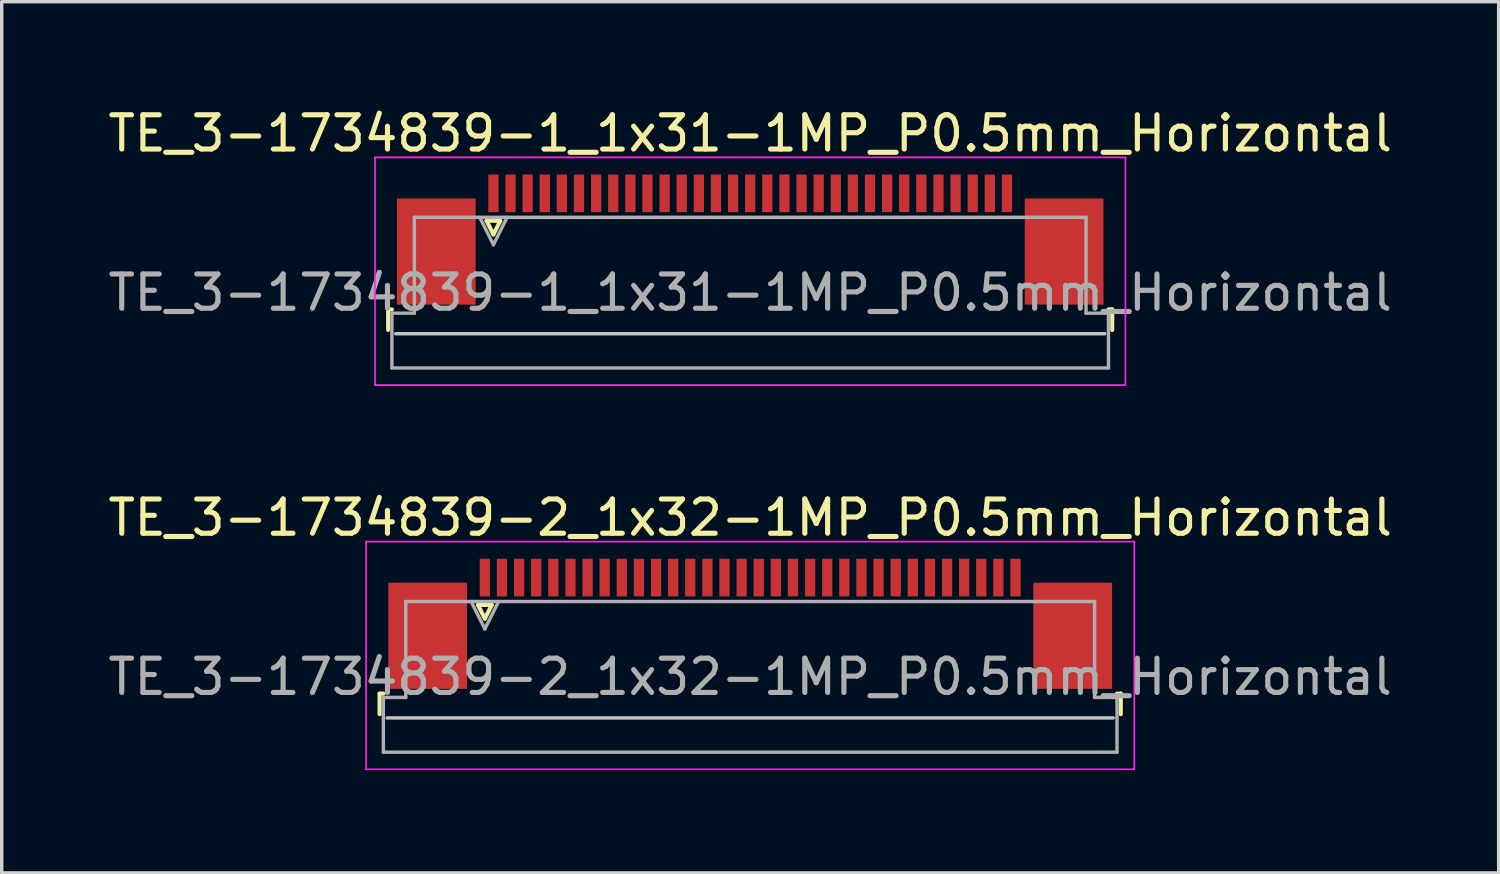
<source format=kicad_pcb>
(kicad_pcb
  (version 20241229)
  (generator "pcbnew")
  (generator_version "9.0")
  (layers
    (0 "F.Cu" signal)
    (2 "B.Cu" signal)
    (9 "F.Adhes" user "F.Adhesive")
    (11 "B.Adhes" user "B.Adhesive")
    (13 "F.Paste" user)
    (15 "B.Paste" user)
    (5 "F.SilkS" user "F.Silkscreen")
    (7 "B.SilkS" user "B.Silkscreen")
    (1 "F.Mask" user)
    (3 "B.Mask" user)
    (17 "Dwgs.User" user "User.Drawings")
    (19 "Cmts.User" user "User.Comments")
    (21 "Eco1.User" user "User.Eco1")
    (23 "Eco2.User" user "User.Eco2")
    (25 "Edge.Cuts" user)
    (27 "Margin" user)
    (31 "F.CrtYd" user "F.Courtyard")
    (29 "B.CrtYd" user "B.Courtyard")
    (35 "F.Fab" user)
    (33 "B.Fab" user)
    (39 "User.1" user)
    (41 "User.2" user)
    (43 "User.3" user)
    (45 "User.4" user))
  (footprint "TE_3-1734839-2_1x32-1MP_P0.5mm_Horizontal"
    (layer "F.Cu")
    (at 18.863 15.171)
    (property "Reference" "TE_3-1734839-2_1x32-1MP_P0.5mm_Horizontal" (at 0 -3.1 0) (layer "F.SilkS") (effects (font (size 1 1) (thickness 0.15))))
    (attr smd)
    (fp_line (start -10.825 2.04) (end -10.825 2.64) (stroke (width 0.12) (type solid)) (layer "F.SilkS"))
    (fp_line (start -10.715 2.04) (end -10.825 2.04) (stroke (width 0.12) (type solid)) (layer "F.SilkS"))
    (fp_line (start -7.95 -0.55) (end -7.75 -0.15) (stroke (width 0.12) (type solid)) (layer "F.SilkS"))
    (fp_line (start -7.75 -0.15) (end -7.55 -0.55) (stroke (width 0.12) (type solid)) (layer "F.SilkS"))
    (fp_line (start -7.55 -0.55) (end -7.95 -0.55) (stroke (width 0.12) (type solid)) (layer "F.SilkS"))
    (fp_line (start 10.715 2.04) (end 10.825 2.04) (stroke (width 0.12) (type solid)) (layer "F.SilkS"))
    (fp_line (start 10.825 2.04) (end 10.825 2.64) (stroke (width 0.12) (type solid)) (layer "F.SilkS"))
    (fp_line (start 10.605 2.75) (end -10.605 2.75) (stroke (width 0.1) (type solid)) (layer "Dwgs.User"))
    (fp_line (start -11.22 -2.4) (end -11.22 4.25) (stroke (width 0.05) (type solid)) (layer "F.CrtYd"))
    (fp_line (start -11.22 4.25) (end 11.22 4.25) (stroke (width 0.05) (type solid)) (layer "F.CrtYd"))
    (fp_line (start 11.22 -2.4) (end -11.22 -2.4) (stroke (width 0.05) (type solid)) (layer "F.CrtYd"))
    (fp_line (start 11.22 4.25) (end 11.22 -2.4) (stroke (width 0.05) (type solid)) (layer "F.CrtYd"))
    (fp_line (start -10.715 2.15) (end -10.06 2.15) (stroke (width 0.1) (type solid)) (layer "F.Fab"))
    (fp_line (start -10.715 3.75) (end -10.715 2.15) (stroke (width 0.1) (type solid)) (layer "F.Fab"))
    (fp_line (start -10.06 -0.65) (end 10.06 -0.65) (stroke (width 0.1) (type solid)) (layer "F.Fab"))
    (fp_line (start -10.06 2.15) (end -10.06 -0.65) (stroke (width 0.1) (type solid)) (layer "F.Fab"))
    (fp_line (start -8.15 -0.65) (end -7.75 0.15) (stroke (width 0.1) (type solid)) (layer "F.Fab"))
    (fp_line (start -7.75 0.15) (end -7.35 -0.65) (stroke (width 0.1) (type solid)) (layer "F.Fab"))
    (fp_line (start 10.06 -0.65) (end 10.06 2.15) (stroke (width 0.1) (type solid)) (layer "F.Fab"))
    (fp_line (start 10.06 2.15) (end 10.715 2.15) (stroke (width 0.1) (type solid)) (layer "F.Fab"))
    (fp_line (start 10.715 2.15) (end 10.715 3.75) (stroke (width 0.1) (type solid)) (layer "F.Fab"))
    (fp_line (start 10.715 3.75) (end -10.715 3.75) (stroke (width 0.1) (type solid)) (layer "F.Fab"))
    (fp_text user "${REFERENCE}" (at 0 1.55 0) (layer "F.Fab") (effects (font (size 1 1) (thickness 0.15))))
    (pad "1" smd rect (at -7.75 -1.35) (size 0.3 1.1) (layers "F.Cu" "F.Mask" "F.Paste"))
    (pad "2" smd rect (at -7.25 -1.35) (size 0.3 1.1) (layers "F.Cu" "F.Mask" "F.Paste"))
    (pad "3" smd rect (at -6.75 -1.35) (size 0.3 1.1) (layers "F.Cu" "F.Mask" "F.Paste"))
    (pad "4" smd rect (at -6.25 -1.35) (size 0.3 1.1) (layers "F.Cu" "F.Mask" "F.Paste"))
    (pad "5" smd rect (at -5.75 -1.35) (size 0.3 1.1) (layers "F.Cu" "F.Mask" "F.Paste"))
    (pad "6" smd rect (at -5.25 -1.35) (size 0.3 1.1) (layers "F.Cu" "F.Mask" "F.Paste"))
    (pad "7" smd rect (at -4.75 -1.35) (size 0.3 1.1) (layers "F.Cu" "F.Mask" "F.Paste"))
    (pad "8" smd rect (at -4.25 -1.35) (size 0.3 1.1) (layers "F.Cu" "F.Mask" "F.Paste"))
    (pad "9" smd rect (at -3.75 -1.35) (size 0.3 1.1) (layers "F.Cu" "F.Mask" "F.Paste"))
    (pad "10" smd rect (at -3.25 -1.35) (size 0.3 1.1) (layers "F.Cu" "F.Mask" "F.Paste"))
    (pad "11" smd rect (at -2.75 -1.35) (size 0.3 1.1) (layers "F.Cu" "F.Mask" "F.Paste"))
    (pad "12" smd rect (at -2.25 -1.35) (size 0.3 1.1) (layers "F.Cu" "F.Mask" "F.Paste"))
    (pad "13" smd rect (at -1.75 -1.35) (size 0.3 1.1) (layers "F.Cu" "F.Mask" "F.Paste"))
    (pad "14" smd rect (at -1.25 -1.35) (size 0.3 1.1) (layers "F.Cu" "F.Mask" "F.Paste"))
    (pad "15" smd rect (at -0.75 -1.35) (size 0.3 1.1) (layers "F.Cu" "F.Mask" "F.Paste"))
    (pad "16" smd rect (at -0.25 -1.35) (size 0.3 1.1) (layers "F.Cu" "F.Mask" "F.Paste"))
    (pad "17" smd rect (at 0.25 -1.35) (size 0.3 1.1) (layers "F.Cu" "F.Mask" "F.Paste"))
    (pad "18" smd rect (at 0.75 -1.35) (size 0.3 1.1) (layers "F.Cu" "F.Mask" "F.Paste"))
    (pad "19" smd rect (at 1.25 -1.35) (size 0.3 1.1) (layers "F.Cu" "F.Mask" "F.Paste"))
    (pad "20" smd rect (at 1.75 -1.35) (size 0.3 1.1) (layers "F.Cu" "F.Mask" "F.Paste"))
    (pad "21" smd rect (at 2.25 -1.35) (size 0.3 1.1) (layers "F.Cu" "F.Mask" "F.Paste"))
    (pad "22" smd rect (at 2.75 -1.35) (size 0.3 1.1) (layers "F.Cu" "F.Mask" "F.Paste"))
    (pad "23" smd rect (at 3.25 -1.35) (size 0.3 1.1) (layers "F.Cu" "F.Mask" "F.Paste"))
    (pad "24" smd rect (at 3.75 -1.35) (size 0.3 1.1) (layers "F.Cu" "F.Mask" "F.Paste"))
    (pad "25" smd rect (at 4.25 -1.35) (size 0.3 1.1) (layers "F.Cu" "F.Mask" "F.Paste"))
    (pad "26" smd rect (at 4.75 -1.35) (size 0.3 1.1) (layers "F.Cu" "F.Mask" "F.Paste"))
    (pad "27" smd rect (at 5.25 -1.35) (size 0.3 1.1) (layers "F.Cu" "F.Mask" "F.Paste"))
    (pad "28" smd rect (at 5.75 -1.35) (size 0.3 1.1) (layers "F.Cu" "F.Mask" "F.Paste"))
    (pad "29" smd rect (at 6.25 -1.35) (size 0.3 1.1) (layers "F.Cu" "F.Mask" "F.Paste"))
    (pad "30" smd rect (at 6.75 -1.35) (size 0.3 1.1) (layers "F.Cu" "F.Mask" "F.Paste"))
    (pad "31" smd rect (at 7.25 -1.35) (size 0.3 1.1) (layers "F.Cu" "F.Mask" "F.Paste"))
    (pad "32" smd rect (at 7.75 -1.35) (size 0.3 1.1) (layers "F.Cu" "F.Mask" "F.Paste"))
    (pad "MP" smd rect (at -9.42 0.35) (size 2.3 3.1) (layers "F.Cu" "F.Mask" "F.Paste"))
    (pad "MP" smd rect (at 9.42 0.35) (size 2.3 3.1) (layers "F.Cu" "F.Mask" "F.Paste")))
  (footprint "TE_3-1734839-1_1x31-1MP_P0.5mm_Horizontal"
    (layer "F.Cu")
    (at 18.863 3.948)
    (property "Reference" "TE_3-1734839-1_1x31-1MP_P0.5mm_Horizontal" (at 0 -3.1 0) (layer "F.SilkS") (effects (font (size 1 1) (thickness 0.15))))
    (attr smd)
    (fp_line (start -10.575 2.04) (end -10.575 2.64) (stroke (width 0.12) (type solid)) (layer "F.SilkS"))
    (fp_line (start -10.465 2.04) (end -10.575 2.04) (stroke (width 0.12) (type solid)) (layer "F.SilkS"))
    (fp_line (start -7.7 -0.55) (end -7.5 -0.15) (stroke (width 0.12) (type solid)) (layer "F.SilkS"))
    (fp_line (start -7.5 -0.15) (end -7.3 -0.55) (stroke (width 0.12) (type solid)) (layer "F.SilkS"))
    (fp_line (start -7.3 -0.55) (end -7.7 -0.55) (stroke (width 0.12) (type solid)) (layer "F.SilkS"))
    (fp_line (start 10.465 2.04) (end 10.575 2.04) (stroke (width 0.12) (type solid)) (layer "F.SilkS"))
    (fp_line (start 10.575 2.04) (end 10.575 2.64) (stroke (width 0.12) (type solid)) (layer "F.SilkS"))
    (fp_line (start 10.355 2.75) (end -10.355 2.75) (stroke (width 0.1) (type solid)) (layer "Dwgs.User"))
    (fp_line (start -10.96 -2.4) (end -10.96 4.25) (stroke (width 0.05) (type solid)) (layer "F.CrtYd"))
    (fp_line (start -10.96 4.25) (end 10.96 4.25) (stroke (width 0.05) (type solid)) (layer "F.CrtYd"))
    (fp_line (start 10.96 -2.4) (end -10.96 -2.4) (stroke (width 0.05) (type solid)) (layer "F.CrtYd"))
    (fp_line (start 10.96 4.25) (end 10.96 -2.4) (stroke (width 0.05) (type solid)) (layer "F.CrtYd"))
    (fp_line (start -10.465 2.15) (end -9.81 2.15) (stroke (width 0.1) (type solid)) (layer "F.Fab"))
    (fp_line (start -10.465 3.75) (end -10.465 2.15) (stroke (width 0.1) (type solid)) (layer "F.Fab"))
    (fp_line (start -9.81 -0.65) (end 9.81 -0.65) (stroke (width 0.1) (type solid)) (layer "F.Fab"))
    (fp_line (start -9.81 2.15) (end -9.81 -0.65) (stroke (width 0.1) (type solid)) (layer "F.Fab"))
    (fp_line (start -7.9 -0.65) (end -7.5 0.15) (stroke (width 0.1) (type solid)) (layer "F.Fab"))
    (fp_line (start -7.5 0.15) (end -7.1 -0.65) (stroke (width 0.1) (type solid)) (layer "F.Fab"))
    (fp_line (start 9.81 -0.65) (end 9.81 2.15) (stroke (width 0.1) (type solid)) (layer "F.Fab"))
    (fp_line (start 9.81 2.15) (end 10.465 2.15) (stroke (width 0.1) (type solid)) (layer "F.Fab"))
    (fp_line (start 10.465 2.15) (end 10.465 3.75) (stroke (width 0.1) (type solid)) (layer "F.Fab"))
    (fp_line (start 10.465 3.75) (end -10.465 3.75) (stroke (width 0.1) (type solid)) (layer "F.Fab"))
    (fp_text user "${REFERENCE}" (at 0 1.55 0) (layer "F.Fab") (effects (font (size 1 1) (thickness 0.15))))
    (pad "1" smd rect (at -7.5 -1.35) (size 0.3 1.1) (layers "F.Cu" "F.Mask" "F.Paste"))
    (pad "2" smd rect (at -7 -1.35) (size 0.3 1.1) (layers "F.Cu" "F.Mask" "F.Paste"))
    (pad "3" smd rect (at -6.5 -1.35) (size 0.3 1.1) (layers "F.Cu" "F.Mask" "F.Paste"))
    (pad "4" smd rect (at -6 -1.35) (size 0.3 1.1) (layers "F.Cu" "F.Mask" "F.Paste"))
    (pad "5" smd rect (at -5.5 -1.35) (size 0.3 1.1) (layers "F.Cu" "F.Mask" "F.Paste"))
    (pad "6" smd rect (at -5 -1.35) (size 0.3 1.1) (layers "F.Cu" "F.Mask" "F.Paste"))
    (pad "7" smd rect (at -4.5 -1.35) (size 0.3 1.1) (layers "F.Cu" "F.Mask" "F.Paste"))
    (pad "8" smd rect (at -4 -1.35) (size 0.3 1.1) (layers "F.Cu" "F.Mask" "F.Paste"))
    (pad "9" smd rect (at -3.5 -1.35) (size 0.3 1.1) (layers "F.Cu" "F.Mask" "F.Paste"))
    (pad "10" smd rect (at -3 -1.35) (size 0.3 1.1) (layers "F.Cu" "F.Mask" "F.Paste"))
    (pad "11" smd rect (at -2.5 -1.35) (size 0.3 1.1) (layers "F.Cu" "F.Mask" "F.Paste"))
    (pad "12" smd rect (at -2 -1.35) (size 0.3 1.1) (layers "F.Cu" "F.Mask" "F.Paste"))
    (pad "13" smd rect (at -1.5 -1.35) (size 0.3 1.1) (layers "F.Cu" "F.Mask" "F.Paste"))
    (pad "14" smd rect (at -1 -1.35) (size 0.3 1.1) (layers "F.Cu" "F.Mask" "F.Paste"))
    (pad "15" smd rect (at -0.5 -1.35) (size 0.3 1.1) (layers "F.Cu" "F.Mask" "F.Paste"))
    (pad "16" smd rect (at 0 -1.35) (size 0.3 1.1) (layers "F.Cu" "F.Mask" "F.Paste"))
    (pad "17" smd rect (at 0.5 -1.35) (size 0.3 1.1) (layers "F.Cu" "F.Mask" "F.Paste"))
    (pad "18" smd rect (at 1 -1.35) (size 0.3 1.1) (layers "F.Cu" "F.Mask" "F.Paste"))
    (pad "19" smd rect (at 1.5 -1.35) (size 0.3 1.1) (layers "F.Cu" "F.Mask" "F.Paste"))
    (pad "20" smd rect (at 2 -1.35) (size 0.3 1.1) (layers "F.Cu" "F.Mask" "F.Paste"))
    (pad "21" smd rect (at 2.5 -1.35) (size 0.3 1.1) (layers "F.Cu" "F.Mask" "F.Paste"))
    (pad "22" smd rect (at 3 -1.35) (size 0.3 1.1) (layers "F.Cu" "F.Mask" "F.Paste"))
    (pad "23" smd rect (at 3.5 -1.35) (size 0.3 1.1) (layers "F.Cu" "F.Mask" "F.Paste"))
    (pad "24" smd rect (at 4 -1.35) (size 0.3 1.1) (layers "F.Cu" "F.Mask" "F.Paste"))
    (pad "25" smd rect (at 4.5 -1.35) (size 0.3 1.1) (layers "F.Cu" "F.Mask" "F.Paste"))
    (pad "26" smd rect (at 5 -1.35) (size 0.3 1.1) (layers "F.Cu" "F.Mask" "F.Paste"))
    (pad "27" smd rect (at 5.5 -1.35) (size 0.3 1.1) (layers "F.Cu" "F.Mask" "F.Paste"))
    (pad "28" smd rect (at 6 -1.35) (size 0.3 1.1) (layers "F.Cu" "F.Mask" "F.Paste"))
    (pad "29" smd rect (at 6.5 -1.35) (size 0.3 1.1) (layers "F.Cu" "F.Mask" "F.Paste"))
    (pad "30" smd rect (at 7 -1.35) (size 0.3 1.1) (layers "F.Cu" "F.Mask" "F.Paste"))
    (pad "31" smd rect (at 7.5 -1.35) (size 0.3 1.1) (layers "F.Cu" "F.Mask" "F.Paste"))
    (pad "MP" smd rect (at -9.17 0.35) (size 2.3 3.1) (layers "F.Cu" "F.Mask" "F.Paste"))
    (pad "MP" smd rect (at 9.17 0.35) (size 2.3 3.1) (layers "F.Cu" "F.Mask" "F.Paste")))
  (gr_rect
    (start -3 -3)
    (end 40.726 22.447)
    (stroke (width 0.1) (type default))
    (fill no)
    (layer "Edge.Cuts")))
</source>
